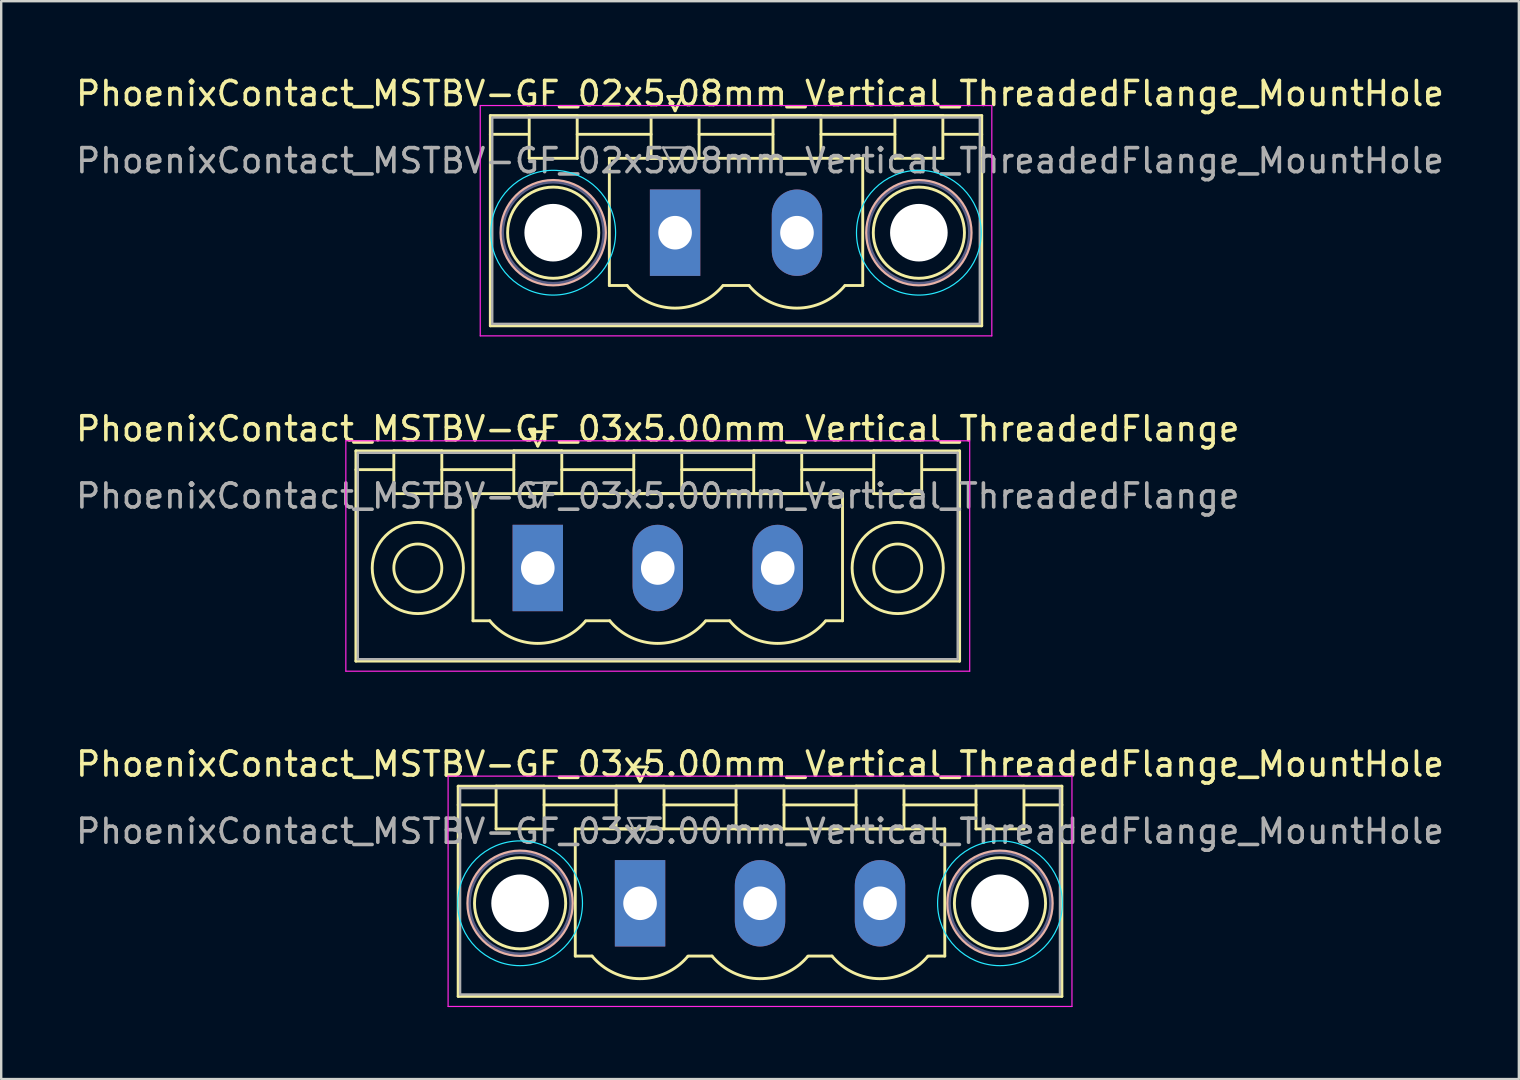
<source format=kicad_pcb>
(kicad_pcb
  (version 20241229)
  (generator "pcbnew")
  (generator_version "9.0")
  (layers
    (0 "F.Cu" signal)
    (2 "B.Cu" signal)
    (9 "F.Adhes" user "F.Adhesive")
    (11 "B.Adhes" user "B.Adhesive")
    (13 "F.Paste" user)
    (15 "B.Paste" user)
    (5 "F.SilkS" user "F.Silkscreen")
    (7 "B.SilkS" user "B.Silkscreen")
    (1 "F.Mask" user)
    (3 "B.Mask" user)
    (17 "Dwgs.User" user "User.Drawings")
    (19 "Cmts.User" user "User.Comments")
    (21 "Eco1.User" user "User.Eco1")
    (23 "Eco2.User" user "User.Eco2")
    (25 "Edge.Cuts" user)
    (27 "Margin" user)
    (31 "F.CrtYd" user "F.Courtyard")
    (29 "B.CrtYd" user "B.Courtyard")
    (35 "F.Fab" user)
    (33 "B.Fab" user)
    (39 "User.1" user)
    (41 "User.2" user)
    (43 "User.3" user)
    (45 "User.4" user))
  (footprint "PhoenixContact_MSTBV-GF_03x5.00mm_Vertical_ThreadedFlange"
    (layer "F.Cu")
    (at 19.363 20.622)
    (property "Reference" "PhoenixContact_MSTBV-GF_03x5.00mm_Vertical_ThreadedFlange" (at 5 -5.8 0) (layer "F.SilkS") (effects (font (size 1 1) (thickness 0.15))))
    (attr through_hole)
    (fp_line (start -7.58 -4.88) (end -7.58 3.88) (stroke (width 0.12) (type solid)) (layer "F.SilkS"))
    (fp_line (start -7.58 -4.1) (end -6.08 -4.1) (stroke (width 0.12) (type solid)) (layer "F.SilkS"))
    (fp_line (start -7.58 3.88) (end 17.58 3.88) (stroke (width 0.12) (type solid)) (layer "F.SilkS"))
    (fp_line (start -6 -4.88) (end -4 -4.88) (stroke (width 0.12) (type solid)) (layer "F.SilkS"))
    (fp_line (start -6 -3.1) (end -6 -4.88) (stroke (width 0.12) (type solid)) (layer "F.SilkS"))
    (fp_line (start -4 -4.88) (end -4 -3.1) (stroke (width 0.12) (type solid)) (layer "F.SilkS"))
    (fp_line (start -4 -4.1) (end -1 -4.1) (stroke (width 0.12) (type solid)) (layer "F.SilkS"))
    (fp_line (start -4 -3.1) (end -6 -3.1) (stroke (width 0.12) (type solid)) (layer "F.SilkS"))
    (fp_line (start -2.7 -3.1) (end 12.7 -3.1) (stroke (width 0.12) (type solid)) (layer "F.SilkS"))
    (fp_line (start -2.7 2.2) (end -2.7 -3.1) (stroke (width 0.12) (type solid)) (layer "F.SilkS"))
    (fp_line (start -2 2.2) (end -2.7 2.2) (stroke (width 0.12) (type solid)) (layer "F.SilkS"))
    (fp_line (start -1 -4.88) (end 1 -4.88) (stroke (width 0.12) (type solid)) (layer "F.SilkS"))
    (fp_line (start -1 -3.1) (end -1 -4.88) (stroke (width 0.12) (type solid)) (layer "F.SilkS"))
    (fp_line (start -0.3 -5.68) (end 0.3 -5.68) (stroke (width 0.12) (type solid)) (layer "F.SilkS"))
    (fp_line (start 0 -5.08) (end -0.3 -5.68) (stroke (width 0.12) (type solid)) (layer "F.SilkS"))
    (fp_line (start 0.3 -5.68) (end 0 -5.08) (stroke (width 0.12) (type solid)) (layer "F.SilkS"))
    (fp_line (start 1 -4.88) (end 1 -3.1) (stroke (width 0.12) (type solid)) (layer "F.SilkS"))
    (fp_line (start 1 -4.1) (end 4 -4.1) (stroke (width 0.12) (type solid)) (layer "F.SilkS"))
    (fp_line (start 1 -3.1) (end -1 -3.1) (stroke (width 0.12) (type solid)) (layer "F.SilkS"))
    (fp_line (start 2 2.2) (end 3 2.2) (stroke (width 0.12) (type solid)) (layer "F.SilkS"))
    (fp_line (start 4 -4.88) (end 6 -4.88) (stroke (width 0.12) (type solid)) (layer "F.SilkS"))
    (fp_line (start 4 -3.1) (end 4 -4.88) (stroke (width 0.12) (type solid)) (layer "F.SilkS"))
    (fp_line (start 6 -4.88) (end 6 -3.1) (stroke (width 0.12) (type solid)) (layer "F.SilkS"))
    (fp_line (start 6 -4.1) (end 9 -4.1) (stroke (width 0.12) (type solid)) (layer "F.SilkS"))
    (fp_line (start 6 -3.1) (end 4 -3.1) (stroke (width 0.12) (type solid)) (layer "F.SilkS"))
    (fp_line (start 7 2.2) (end 8 2.2) (stroke (width 0.12) (type solid)) (layer "F.SilkS"))
    (fp_line (start 9 -4.88) (end 11 -4.88) (stroke (width 0.12) (type solid)) (layer "F.SilkS"))
    (fp_line (start 9 -3.1) (end 9 -4.88) (stroke (width 0.12) (type solid)) (layer "F.SilkS"))
    (fp_line (start 11 -4.88) (end 11 -3.1) (stroke (width 0.12) (type solid)) (layer "F.SilkS"))
    (fp_line (start 11 -4.1) (end 14 -4.1) (stroke (width 0.12) (type solid)) (layer "F.SilkS"))
    (fp_line (start 11 -3.1) (end 9 -3.1) (stroke (width 0.12) (type solid)) (layer "F.SilkS"))
    (fp_line (start 12.7 -3.1) (end 12.7 2.2) (stroke (width 0.12) (type solid)) (layer "F.SilkS"))
    (fp_line (start 12.7 2.2) (end 12 2.2) (stroke (width 0.12) (type solid)) (layer "F.SilkS"))
    (fp_line (start 14 -4.88) (end 16 -4.88) (stroke (width 0.12) (type solid)) (layer "F.SilkS"))
    (fp_line (start 14 -3.1) (end 14 -4.88) (stroke (width 0.12) (type solid)) (layer "F.SilkS"))
    (fp_line (start 16 -4.88) (end 16 -3.1) (stroke (width 0.12) (type solid)) (layer "F.SilkS"))
    (fp_line (start 16 -3.1) (end 14 -3.1) (stroke (width 0.12) (type solid)) (layer "F.SilkS"))
    (fp_line (start 17.58 -4.88) (end -7.58 -4.88) (stroke (width 0.12) (type solid)) (layer "F.SilkS"))
    (fp_line (start 17.58 -4.1) (end 16.08 -4.1) (stroke (width 0.12) (type solid)) (layer "F.SilkS"))
    (fp_line (start 17.58 3.88) (end 17.58 -4.88) (stroke (width 0.12) (type solid)) (layer "F.SilkS"))
    (fp_arc (start 1.986842 2.215821) (mid -0.010289 3.142758) (end -2 2.2) (stroke (width 0.12) (type solid)) (layer "F.SilkS"))
    (fp_arc (start 6.986842 2.215821) (mid 4.989711 3.142758) (end 3 2.2) (stroke (width 0.12) (type solid)) (layer "F.SilkS"))
    (fp_arc (start 11.986842 2.215821) (mid 9.989711 3.142758) (end 8 2.2) (stroke (width 0.12) (type solid)) (layer "F.SilkS"))
    (fp_circle (center -5 0) (end -4 0) (stroke (width 0.12) (type solid)) (fill no) (layer "F.SilkS"))
    (fp_circle (center -5 0) (end -3.1 0) (stroke (width 0.12) (type solid)) (fill no) (layer "F.SilkS"))
    (fp_circle (center 15 0) (end 16 0) (stroke (width 0.12) (type solid)) (fill no) (layer "F.SilkS"))
    (fp_circle (center 15 0) (end 16.9 0) (stroke (width 0.12) (type solid)) (fill no) (layer "F.SilkS"))
    (fp_line (start -8 -5.3) (end -8 4.3) (stroke (width 0.05) (type solid)) (layer "F.CrtYd"))
    (fp_line (start -8 4.3) (end 18 4.3) (stroke (width 0.05) (type solid)) (layer "F.CrtYd"))
    (fp_line (start 18 -5.3) (end -8 -5.3) (stroke (width 0.05) (type solid)) (layer "F.CrtYd"))
    (fp_line (start 18 4.3) (end 18 -5.3) (stroke (width 0.05) (type solid)) (layer "F.CrtYd"))
    (fp_line (start -7.5 -4.8) (end -7.5 3.8) (stroke (width 0.1) (type solid)) (layer "F.Fab"))
    (fp_line (start -7.5 3.8) (end 17.5 3.8) (stroke (width 0.1) (type solid)) (layer "F.Fab"))
    (fp_line (start -0.5 -3.55) (end 0.5 -3.55) (stroke (width 0.1) (type solid)) (layer "F.Fab"))
    (fp_line (start 0 -2.55) (end -0.5 -3.55) (stroke (width 0.1) (type solid)) (layer "F.Fab"))
    (fp_line (start 0.5 -3.55) (end 0 -2.55) (stroke (width 0.1) (type solid)) (layer "F.Fab"))
    (fp_line (start 17.5 -4.8) (end -7.5 -4.8) (stroke (width 0.1) (type solid)) (layer "F.Fab"))
    (fp_line (start 17.5 3.8) (end 17.5 -4.8) (stroke (width 0.1) (type solid)) (layer "F.Fab"))
    (fp_text user "${REFERENCE}" (at 5 -3 0) (layer "F.Fab") (effects (font (size 1 1) (thickness 0.15))))
    (pad "1" thru_hole rect (at 0 0) (size 2.1 3.6) (drill 1.4) (layers "*.Cu" "*.Mask"))
    (pad "2" thru_hole oval (at 5 0) (size 2.1 3.6) (drill 1.4) (layers "*.Cu" "*.Mask"))
    (pad "3" thru_hole oval (at 10 0) (size 2.1 3.6) (drill 1.4) (layers "*.Cu" "*.Mask")))
  (footprint "PhoenixContact_MSTBV-GF_03x5.00mm_Vertical_ThreadedFlange_MountHole"
    (layer "F.Cu")
    (at 23.625 34.595)
    (property "Reference" "PhoenixContact_MSTBV-GF_03x5.00mm_Vertical_ThreadedFlange_MountHole" (at 5 -5.8 0) (layer "F.SilkS") (effects (font (size 1 1) (thickness 0.15))))
    (attr through_hole)
    (fp_line (start -7.58 -4.88) (end -7.58 3.88) (stroke (width 0.12) (type solid)) (layer "F.SilkS"))
    (fp_line (start -7.58 -4.1) (end -6.08 -4.1) (stroke (width 0.12) (type solid)) (layer "F.SilkS"))
    (fp_line (start -7.58 3.88) (end 17.58 3.88) (stroke (width 0.12) (type solid)) (layer "F.SilkS"))
    (fp_line (start -6 -4.88) (end -4 -4.88) (stroke (width 0.12) (type solid)) (layer "F.SilkS"))
    (fp_line (start -6 -3.1) (end -6 -4.88) (stroke (width 0.12) (type solid)) (layer "F.SilkS"))
    (fp_line (start -4 -4.88) (end -4 -3.1) (stroke (width 0.12) (type solid)) (layer "F.SilkS"))
    (fp_line (start -4 -4.1) (end -1 -4.1) (stroke (width 0.12) (type solid)) (layer "F.SilkS"))
    (fp_line (start -4 -3.1) (end -6 -3.1) (stroke (width 0.12) (type solid)) (layer "F.SilkS"))
    (fp_line (start -2.7 -3.1) (end 12.7 -3.1) (stroke (width 0.12) (type solid)) (layer "F.SilkS"))
    (fp_line (start -2.7 2.2) (end -2.7 -3.1) (stroke (width 0.12) (type solid)) (layer "F.SilkS"))
    (fp_line (start -2 2.2) (end -2.7 2.2) (stroke (width 0.12) (type solid)) (layer "F.SilkS"))
    (fp_line (start -1 -4.88) (end 1 -4.88) (stroke (width 0.12) (type solid)) (layer "F.SilkS"))
    (fp_line (start -1 -3.1) (end -1 -4.88) (stroke (width 0.12) (type solid)) (layer "F.SilkS"))
    (fp_line (start -0.3 -5.68) (end 0.3 -5.68) (stroke (width 0.12) (type solid)) (layer "F.SilkS"))
    (fp_line (start 0 -5.08) (end -0.3 -5.68) (stroke (width 0.12) (type solid)) (layer "F.SilkS"))
    (fp_line (start 0.3 -5.68) (end 0 -5.08) (stroke (width 0.12) (type solid)) (layer "F.SilkS"))
    (fp_line (start 1 -4.88) (end 1 -3.1) (stroke (width 0.12) (type solid)) (layer "F.SilkS"))
    (fp_line (start 1 -4.1) (end 4 -4.1) (stroke (width 0.12) (type solid)) (layer "F.SilkS"))
    (fp_line (start 1 -3.1) (end -1 -3.1) (stroke (width 0.12) (type solid)) (layer "F.SilkS"))
    (fp_line (start 2 2.2) (end 3 2.2) (stroke (width 0.12) (type solid)) (layer "F.SilkS"))
    (fp_line (start 4 -4.88) (end 6 -4.88) (stroke (width 0.12) (type solid)) (layer "F.SilkS"))
    (fp_line (start 4 -3.1) (end 4 -4.88) (stroke (width 0.12) (type solid)) (layer "F.SilkS"))
    (fp_line (start 6 -4.88) (end 6 -3.1) (stroke (width 0.12) (type solid)) (layer "F.SilkS"))
    (fp_line (start 6 -4.1) (end 9 -4.1) (stroke (width 0.12) (type solid)) (layer "F.SilkS"))
    (fp_line (start 6 -3.1) (end 4 -3.1) (stroke (width 0.12) (type solid)) (layer "F.SilkS"))
    (fp_line (start 7 2.2) (end 8 2.2) (stroke (width 0.12) (type solid)) (layer "F.SilkS"))
    (fp_line (start 9 -4.88) (end 11 -4.88) (stroke (width 0.12) (type solid)) (layer "F.SilkS"))
    (fp_line (start 9 -3.1) (end 9 -4.88) (stroke (width 0.12) (type solid)) (layer "F.SilkS"))
    (fp_line (start 11 -4.88) (end 11 -3.1) (stroke (width 0.12) (type solid)) (layer "F.SilkS"))
    (fp_line (start 11 -4.1) (end 14 -4.1) (stroke (width 0.12) (type solid)) (layer "F.SilkS"))
    (fp_line (start 11 -3.1) (end 9 -3.1) (stroke (width 0.12) (type solid)) (layer "F.SilkS"))
    (fp_line (start 12.7 -3.1) (end 12.7 2.2) (stroke (width 0.12) (type solid)) (layer "F.SilkS"))
    (fp_line (start 12.7 2.2) (end 12 2.2) (stroke (width 0.12) (type solid)) (layer "F.SilkS"))
    (fp_line (start 14 -4.88) (end 16 -4.88) (stroke (width 0.12) (type solid)) (layer "F.SilkS"))
    (fp_line (start 14 -3.1) (end 14 -4.88) (stroke (width 0.12) (type solid)) (layer "F.SilkS"))
    (fp_line (start 16 -4.88) (end 16 -3.1) (stroke (width 0.12) (type solid)) (layer "F.SilkS"))
    (fp_line (start 16 -3.1) (end 14 -3.1) (stroke (width 0.12) (type solid)) (layer "F.SilkS"))
    (fp_line (start 17.58 -4.88) (end -7.58 -4.88) (stroke (width 0.12) (type solid)) (layer "F.SilkS"))
    (fp_line (start 17.58 -4.1) (end 16.08 -4.1) (stroke (width 0.12) (type solid)) (layer "F.SilkS"))
    (fp_line (start 17.58 3.88) (end 17.58 -4.88) (stroke (width 0.12) (type solid)) (layer "F.SilkS"))
    (fp_arc (start 1.986842 2.215821) (mid -0.010289 3.142758) (end -2 2.2) (stroke (width 0.12) (type solid)) (layer "F.SilkS"))
    (fp_arc (start 6.986842 2.215821) (mid 4.989711 3.142758) (end 3 2.2) (stroke (width 0.12) (type solid)) (layer "F.SilkS"))
    (fp_arc (start 11.986842 2.215821) (mid 9.989711 3.142758) (end 8 2.2) (stroke (width 0.12) (type solid)) (layer "F.SilkS"))
    (fp_circle (center -5 0) (end -3.1 0) (stroke (width 0.12) (type solid)) (fill no) (layer "F.SilkS"))
    (fp_circle (center 15 0) (end 16.9 0) (stroke (width 0.12) (type solid)) (fill no) (layer "F.SilkS"))
    (fp_circle (center -5 0) (end -2.82 0) (stroke (width 0.12) (type solid)) (fill no) (layer "B.SilkS"))
    (fp_circle (center 15 0) (end 17.18 0) (stroke (width 0.12) (type solid)) (fill no) (layer "B.SilkS"))
    (fp_circle (center -5 0) (end -2.4 0) (stroke (width 0.05) (type solid)) (fill no) (layer "B.CrtYd"))
    (fp_circle (center 15 0) (end 17.6 0) (stroke (width 0.05) (type solid)) (fill no) (layer "B.CrtYd"))
    (fp_line (start -8 -5.3) (end -8 4.3) (stroke (width 0.05) (type solid)) (layer "F.CrtYd"))
    (fp_line (start -8 4.3) (end 18 4.3) (stroke (width 0.05) (type solid)) (layer "F.CrtYd"))
    (fp_line (start 18 -5.3) (end -8 -5.3) (stroke (width 0.05) (type solid)) (layer "F.CrtYd"))
    (fp_line (start 18 4.3) (end 18 -5.3) (stroke (width 0.05) (type solid)) (layer "F.CrtYd"))
    (fp_circle (center -5 0) (end -2.9 0) (stroke (width 0.1) (type solid)) (fill no) (layer "B.Fab"))
    (fp_circle (center 15 0) (end 17.1 0) (stroke (width 0.1) (type solid)) (fill no) (layer "B.Fab"))
    (fp_line (start -7.5 -4.8) (end -7.5 3.8) (stroke (width 0.1) (type solid)) (layer "F.Fab"))
    (fp_line (start -7.5 3.8) (end 17.5 3.8) (stroke (width 0.1) (type solid)) (layer "F.Fab"))
    (fp_line (start -0.5 -3.55) (end 0.5 -3.55) (stroke (width 0.1) (type solid)) (layer "F.Fab"))
    (fp_line (start 0 -2.55) (end -0.5 -3.55) (stroke (width 0.1) (type solid)) (layer "F.Fab"))
    (fp_line (start 0.5 -3.55) (end 0 -2.55) (stroke (width 0.1) (type solid)) (layer "F.Fab"))
    (fp_line (start 17.5 -4.8) (end -7.5 -4.8) (stroke (width 0.1) (type solid)) (layer "F.Fab"))
    (fp_line (start 17.5 3.8) (end 17.5 -4.8) (stroke (width 0.1) (type solid)) (layer "F.Fab"))
    (fp_text user "${REFERENCE}" (at 5 -3 0) (layer "F.Fab") (effects (font (size 1 1) (thickness 0.15))))
    (pad "" np_thru_hole circle (at -5 0) (size 2.4 2.4) (drill 2.4) (layers "*.Cu" "*.Mask"))
    (pad "" np_thru_hole circle (at 15 0) (size 2.4 2.4) (drill 2.4) (layers "*.Cu" "*.Mask"))
    (pad "1" thru_hole rect (at 0 0) (size 2.1 3.6) (drill 1.4) (layers "*.Cu" "*.Mask"))
    (pad "2" thru_hole oval (at 5 0) (size 2.1 3.6) (drill 1.4) (layers "*.Cu" "*.Mask"))
    (pad "3" thru_hole oval (at 10 0) (size 2.1 3.6) (drill 1.4) (layers "*.Cu" "*.Mask")))
  (footprint "PhoenixContact_MSTBV-GF_02x5.08mm_Vertical_ThreadedFlange_MountHole"
    (layer "F.Cu")
    (at 25.085 6.648)
    (property "Reference" "PhoenixContact_MSTBV-GF_02x5.08mm_Vertical_ThreadedFlange_MountHole" (at 3.54 -5.8 0) (layer "F.SilkS") (effects (font (size 1 1) (thickness 0.15))))
    (attr through_hole)
    (fp_line (start -7.7 -4.88) (end -7.7 3.88) (stroke (width 0.12) (type solid)) (layer "F.SilkS"))
    (fp_line (start -7.7 -4.1) (end -6.16 -4.1) (stroke (width 0.12) (type solid)) (layer "F.SilkS"))
    (fp_line (start -7.7 3.88) (end 12.78 3.88) (stroke (width 0.12) (type solid)) (layer "F.SilkS"))
    (fp_line (start -6.08 -4.88) (end -4.08 -4.88) (stroke (width 0.12) (type solid)) (layer "F.SilkS"))
    (fp_line (start -6.08 -3.1) (end -6.08 -4.88) (stroke (width 0.12) (type solid)) (layer "F.SilkS"))
    (fp_line (start -4.08 -4.88) (end -4.08 -3.1) (stroke (width 0.12) (type solid)) (layer "F.SilkS"))
    (fp_line (start -4.08 -4.1) (end -1 -4.1) (stroke (width 0.12) (type solid)) (layer "F.SilkS"))
    (fp_line (start -4.08 -3.1) (end -6.08 -3.1) (stroke (width 0.12) (type solid)) (layer "F.SilkS"))
    (fp_line (start -2.74 -3.1) (end 7.82 -3.1) (stroke (width 0.12) (type solid)) (layer "F.SilkS"))
    (fp_line (start -2.74 2.2) (end -2.74 -3.1) (stroke (width 0.12) (type solid)) (layer "F.SilkS"))
    (fp_line (start -2 2.2) (end -2.74 2.2) (stroke (width 0.12) (type solid)) (layer "F.SilkS"))
    (fp_line (start -1 -4.88) (end 1 -4.88) (stroke (width 0.12) (type solid)) (layer "F.SilkS"))
    (fp_line (start -1 -3.1) (end -1 -4.88) (stroke (width 0.12) (type solid)) (layer "F.SilkS"))
    (fp_line (start -0.3 -5.68) (end 0.3 -5.68) (stroke (width 0.12) (type solid)) (layer "F.SilkS"))
    (fp_line (start 0 -5.08) (end -0.3 -5.68) (stroke (width 0.12) (type solid)) (layer "F.SilkS"))
    (fp_line (start 0.3 -5.68) (end 0 -5.08) (stroke (width 0.12) (type solid)) (layer "F.SilkS"))
    (fp_line (start 1 -4.88) (end 1 -3.1) (stroke (width 0.12) (type solid)) (layer "F.SilkS"))
    (fp_line (start 1 -4.1) (end 4.08 -4.1) (stroke (width 0.12) (type solid)) (layer "F.SilkS"))
    (fp_line (start 1 -3.1) (end -1 -3.1) (stroke (width 0.12) (type solid)) (layer "F.SilkS"))
    (fp_line (start 2 2.2) (end 3.08 2.2) (stroke (width 0.12) (type solid)) (layer "F.SilkS"))
    (fp_line (start 4.08 -4.88) (end 6.08 -4.88) (stroke (width 0.12) (type solid)) (layer "F.SilkS"))
    (fp_line (start 4.08 -3.1) (end 4.08 -4.88) (stroke (width 0.12) (type solid)) (layer "F.SilkS"))
    (fp_line (start 6.08 -4.88) (end 6.08 -3.1) (stroke (width 0.12) (type solid)) (layer "F.SilkS"))
    (fp_line (start 6.08 -4.1) (end 9.16 -4.1) (stroke (width 0.12) (type solid)) (layer "F.SilkS"))
    (fp_line (start 6.08 -3.1) (end 4.08 -3.1) (stroke (width 0.12) (type solid)) (layer "F.SilkS"))
    (fp_line (start 7.82 -3.1) (end 7.82 2.2) (stroke (width 0.12) (type solid)) (layer "F.SilkS"))
    (fp_line (start 7.82 2.2) (end 7.08 2.2) (stroke (width 0.12) (type solid)) (layer "F.SilkS"))
    (fp_line (start 9.16 -4.88) (end 11.16 -4.88) (stroke (width 0.12) (type solid)) (layer "F.SilkS"))
    (fp_line (start 9.16 -3.1) (end 9.16 -4.88) (stroke (width 0.12) (type solid)) (layer "F.SilkS"))
    (fp_line (start 11.16 -4.88) (end 11.16 -3.1) (stroke (width 0.12) (type solid)) (layer "F.SilkS"))
    (fp_line (start 11.16 -3.1) (end 9.16 -3.1) (stroke (width 0.12) (type solid)) (layer "F.SilkS"))
    (fp_line (start 12.78 -4.88) (end -7.7 -4.88) (stroke (width 0.12) (type solid)) (layer "F.SilkS"))
    (fp_line (start 12.78 -4.1) (end 11.24 -4.1) (stroke (width 0.12) (type solid)) (layer "F.SilkS"))
    (fp_line (start 12.78 3.88) (end 12.78 -4.88) (stroke (width 0.12) (type solid)) (layer "F.SilkS"))
    (fp_arc (start 1.986842 2.215821) (mid -0.010289 3.142758) (end -2 2.2) (stroke (width 0.12) (type solid)) (layer "F.SilkS"))
    (fp_arc (start 7.066842 2.215821) (mid 5.069711 3.142758) (end 3.08 2.2) (stroke (width 0.12) (type solid)) (layer "F.SilkS"))
    (fp_circle (center -5.08 0) (end -3.18 0) (stroke (width 0.12) (type solid)) (fill no) (layer "F.SilkS"))
    (fp_circle (center 10.16 0) (end 12.06 0) (stroke (width 0.12) (type solid)) (fill no) (layer "F.SilkS"))
    (fp_circle (center -5.08 0) (end -2.9 0) (stroke (width 0.12) (type solid)) (fill no) (layer "B.SilkS"))
    (fp_circle (center 10.16 0) (end 12.34 0) (stroke (width 0.12) (type solid)) (fill no) (layer "B.SilkS"))
    (fp_circle (center -5.08 0) (end -2.48 0) (stroke (width 0.05) (type solid)) (fill no) (layer "B.CrtYd"))
    (fp_circle (center 10.16 0) (end 12.76 0) (stroke (width 0.05) (type solid)) (fill no) (layer "B.CrtYd"))
    (fp_line (start -8.12 -5.3) (end -8.12 4.3) (stroke (width 0.05) (type solid)) (layer "F.CrtYd"))
    (fp_line (start -8.12 4.3) (end 13.2 4.3) (stroke (width 0.05) (type solid)) (layer "F.CrtYd"))
    (fp_line (start 13.2 -5.3) (end -8.12 -5.3) (stroke (width 0.05) (type solid)) (layer "F.CrtYd"))
    (fp_line (start 13.2 4.3) (end 13.2 -5.3) (stroke (width 0.05) (type solid)) (layer "F.CrtYd"))
    (fp_circle (center -5.08 0) (end -2.98 0) (stroke (width 0.1) (type solid)) (fill no) (layer "B.Fab"))
    (fp_circle (center 10.16 0) (end 12.26 0) (stroke (width 0.1) (type solid)) (fill no) (layer "B.Fab"))
    (fp_line (start -7.62 -4.8) (end -7.62 3.8) (stroke (width 0.1) (type solid)) (layer "F.Fab"))
    (fp_line (start -7.62 3.8) (end 12.7 3.8) (stroke (width 0.1) (type solid)) (layer "F.Fab"))
    (fp_line (start -0.5 -3.55) (end 0.5 -3.55) (stroke (width 0.1) (type solid)) (layer "F.Fab"))
    (fp_line (start 0 -2.55) (end -0.5 -3.55) (stroke (width 0.1) (type solid)) (layer "F.Fab"))
    (fp_line (start 0.5 -3.55) (end 0 -2.55) (stroke (width 0.1) (type solid)) (layer "F.Fab"))
    (fp_line (start 12.7 -4.8) (end -7.62 -4.8) (stroke (width 0.1) (type solid)) (layer "F.Fab"))
    (fp_line (start 12.7 3.8) (end 12.7 -4.8) (stroke (width 0.1) (type solid)) (layer "F.Fab"))
    (fp_text user "${REFERENCE}" (at 3.54 -3 0) (layer "F.Fab") (effects (font (size 1 1) (thickness 0.15))))
    (pad "" np_thru_hole circle (at -5.08 0) (size 2.4 2.4) (drill 2.4) (layers "*.Cu" "*.Mask"))
    (pad "" np_thru_hole circle (at 10.16 0) (size 2.4 2.4) (drill 2.4) (layers "*.Cu" "*.Mask"))
    (pad "1" thru_hole rect (at 0 0) (size 2.1 3.6) (drill 1.4) (layers "*.Cu" "*.Mask"))
    (pad "2" thru_hole oval (at 5.08 0) (size 2.1 3.6) (drill 1.4) (layers "*.Cu" "*.Mask")))
  (gr_rect
    (start -3 -3)
    (end 60.25 41.92)
    (stroke (width 0.1) (type default))
    (fill no)
    (layer "Edge.Cuts")))
</source>
